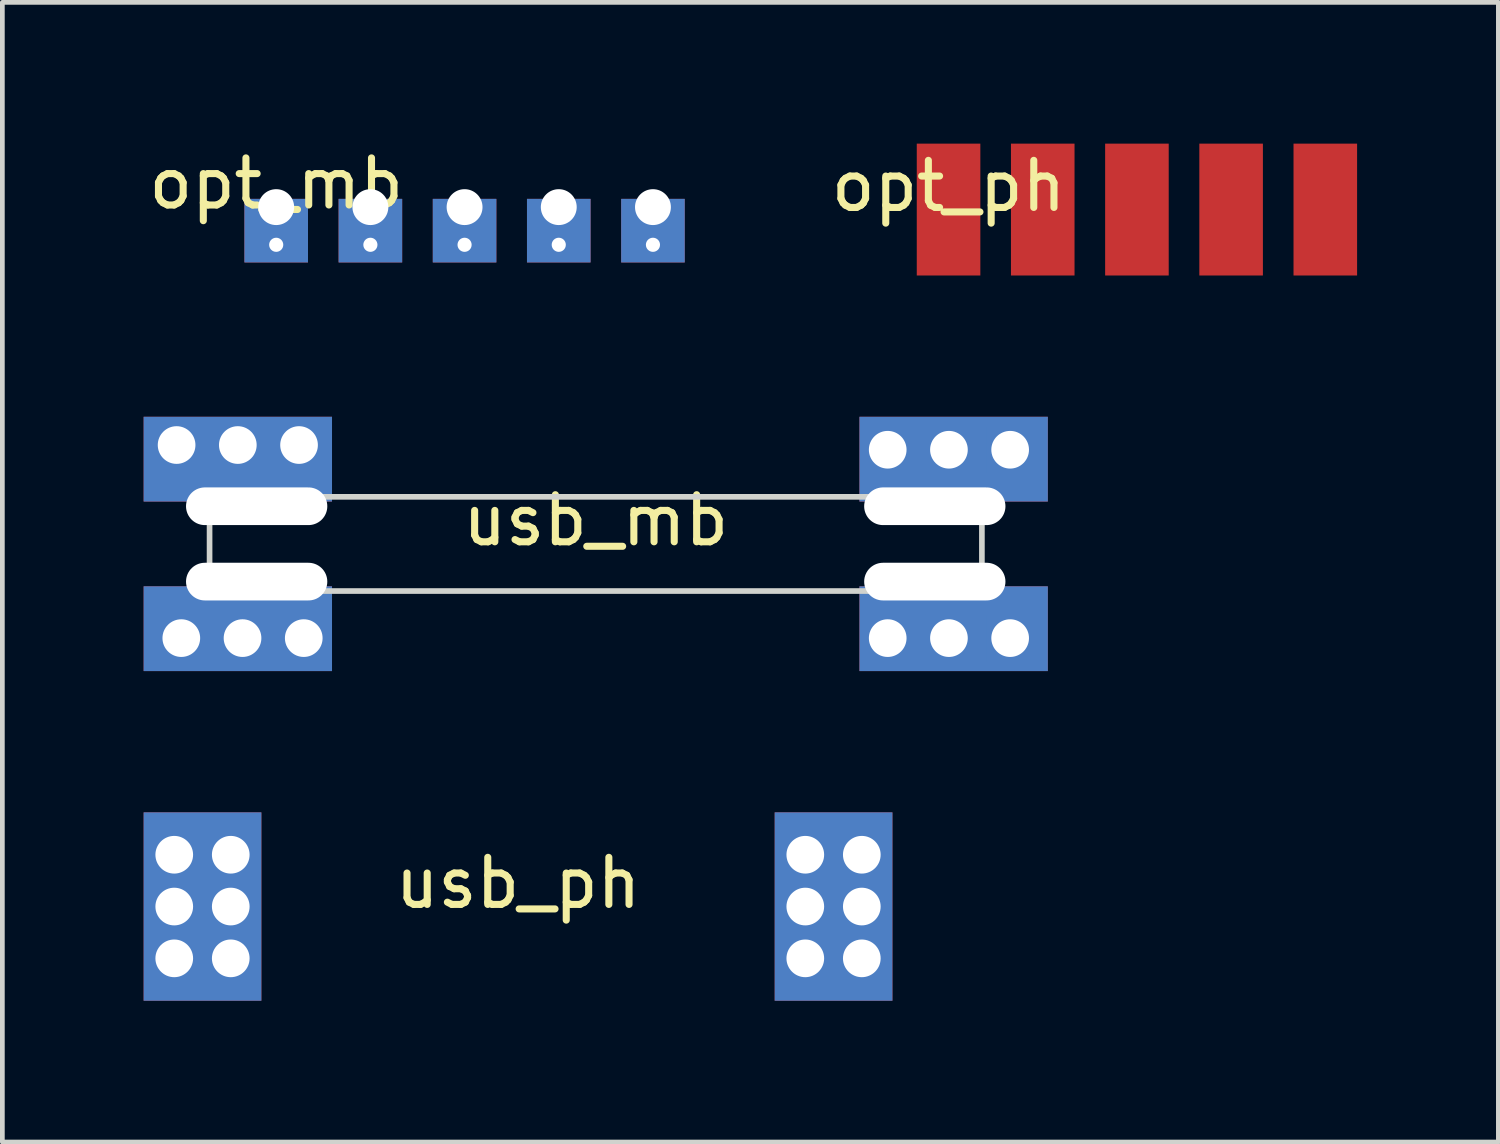
<source format=kicad_pcb>
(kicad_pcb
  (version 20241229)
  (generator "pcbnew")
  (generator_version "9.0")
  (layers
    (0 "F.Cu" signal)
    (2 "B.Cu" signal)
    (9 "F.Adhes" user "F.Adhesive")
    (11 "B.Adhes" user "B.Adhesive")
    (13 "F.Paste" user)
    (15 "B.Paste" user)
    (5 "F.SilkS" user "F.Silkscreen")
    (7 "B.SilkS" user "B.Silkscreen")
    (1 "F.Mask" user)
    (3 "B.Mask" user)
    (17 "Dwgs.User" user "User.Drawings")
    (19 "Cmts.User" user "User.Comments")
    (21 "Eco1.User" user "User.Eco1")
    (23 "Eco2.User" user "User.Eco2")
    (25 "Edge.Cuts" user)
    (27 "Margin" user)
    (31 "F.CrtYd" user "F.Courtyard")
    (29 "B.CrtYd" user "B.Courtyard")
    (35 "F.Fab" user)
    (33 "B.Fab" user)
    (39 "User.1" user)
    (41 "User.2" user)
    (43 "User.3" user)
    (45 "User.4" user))
  (footprint "opt_ph"
    (layer "F.Cu")
    (at 17.092 1.4)
    (property "Reference" "opt_ph" (at 0 -0.5 0) (unlocked yes) (layer "F.SilkS") (effects (font (size 1 1) (thickness 0.15))))
    (attr smd)
    (pad "1" smd rect (at 0 0) (size 1.35 2.8) (layers "F.Cu" "F.Mask"))
    (pad "2" smd rect (at 2 0) (size 1.35 2.8) (layers "F.Cu" "F.Mask"))
    (pad "3" smd rect (at 4 0) (size 1.35 2.8) (layers "F.Cu" "F.Mask"))
    (pad "4" smd rect (at 6 0) (size 1.35 2.8) (layers "F.Cu" "F.Mask"))
    (pad "5" smd rect (at 8 0) (size 1.35 2.8) (layers "F.Cu" "F.Mask")))
  (footprint "usb_ph"
    (layer "F.Cu")
    (at 7.95 16.2)
    (property "Reference" "usb_ph" (at 0 -0.5 0) (unlocked yes) (layer "F.SilkS") (effects (font (size 1 1) (thickness 0.15))))
    (attr smd)
    (pad "1" thru_hole rect (at -7.3 -1.1) (size 1.1 1) (drill 0.8) (layers "*.Cu" "*.Mask"))
    (pad "1" thru_hole rect (at -7.3 0) (size 1.1 1) (drill 0.8) (layers "*.Cu" "*.Mask"))
    (pad "1" thru_hole rect (at -7.3 1.1) (size 1.1 1) (drill 0.8) (layers "*.Cu" "*.Mask"))
    (pad "1" smd rect (at -6.7 0) (size 2.5 4) (layers "F.Cu" "F.Mask"))
    (pad "1" smd rect (at -6.7 0) (size 2.5 4) (layers "B.Cu" "B.Mask"))
    (pad "1" thru_hole rect (at -6.1 -1.1) (size 1.1 1) (drill 0.8) (layers "*.Cu" "*.Mask"))
    (pad "1" thru_hole rect (at -6.1 0) (size 1.1 1) (drill 0.8) (layers "*.Cu" "*.Mask"))
    (pad "1" thru_hole rect (at -6.1 1.1) (size 1.1 1) (drill 0.8) (layers "*.Cu" "*.Mask"))
    (pad "2" thru_hole rect (at 6.1 -1.1) (size 1.1 1) (drill 0.8) (layers "*.Cu" "*.Mask"))
    (pad "2" thru_hole rect (at 6.1 0) (size 1.1 1) (drill 0.8) (layers "*.Cu" "*.Mask"))
    (pad "2" thru_hole rect (at 6.1 1.1) (size 1.1 1) (drill 0.8) (layers "*.Cu" "*.Mask"))
    (pad "2" smd rect (at 6.7 0) (size 2.5 4) (layers "F.Cu" "F.Mask"))
    (pad "2" smd rect (at 6.7 0) (size 2.5 4) (layers "B.Cu" "B.Mask"))
    (pad "2" thru_hole rect (at 7.3 -1.1) (size 1.1 1) (drill 0.8) (layers "*.Cu" "*.Mask"))
    (pad "2" thru_hole rect (at 7.3 0) (size 1.1 1) (drill 0.8) (layers "*.Cu" "*.Mask"))
    (pad "2" thru_hole rect (at 7.3 1.1) (size 1.1 1) (drill 0.8) (layers "*.Cu" "*.Mask")))
  (footprint "opt_mb"
    (layer "F.Cu")
    (at 2.815 1.348)
    (property "Reference" "opt_mb" (at 0 -0.5 0) (unlocked yes) (layer "F.SilkS") (effects (font (size 1 1) (thickness 0.15))))
    (attr smd)
    (pad "1" thru_hole rect (at 0 0) (size 1.35 1.35) (drill 0.762 (offset 0 0.5)) (layers "*.Cu" "*.Mask"))
    (pad "1" thru_hole rect (at 0 0.8) (size 0.5 0.5) (drill 0.3) (layers "*.Cu" "*.Mask"))
    (pad "2" thru_hole rect (at 2 0) (size 1.35 1.35) (drill 0.762 (offset 0 0.5)) (layers "*.Cu" "*.Mask"))
    (pad "2" thru_hole rect (at 2 0.8) (size 0.5 0.5) (drill 0.3) (layers "*.Cu" "*.Mask"))
    (pad "3" thru_hole rect (at 4 0) (size 1.35 1.35) (drill 0.762 (offset 0 0.5)) (layers "*.Cu" "*.Mask"))
    (pad "3" thru_hole rect (at 4 0.8) (size 0.5 0.5) (drill 0.3) (layers "*.Cu" "*.Mask"))
    (pad "4" thru_hole rect (at 6 0) (size 1.35 1.35) (drill 0.762 (offset 0 0.5)) (layers "*.Cu" "*.Mask"))
    (pad "4" thru_hole rect (at 6 0.8) (size 0.5 0.5) (drill 0.3) (layers "*.Cu" "*.Mask"))
    (pad "5" thru_hole rect (at 8 0) (size 1.35 1.35) (drill 0.762 (offset 0 0.5)) (layers "*.Cu" "*.Mask"))
    (pad "5" thru_hole rect (at 8 0.8) (size 0.5 0.5) (drill 0.3) (layers "*.Cu" "*.Mask")))
  (footprint "usb_mb"
    (layer "F.Cu")
    (at 9.6 8.5)
    (property "Reference" "usb_mb" (at 0 -0.5 0) (unlocked yes) (layer "F.SilkS") (effects (font (size 1 1) (thickness 0.15))))
    (attr smd)
    (fp_rect (start -8.2 -1) (end 8.2 1) (stroke (width 0.12) (type solid)) (fill no) (layer "Edge.Cuts"))
    (pad "1" thru_hole rect (at -8.9 -2.1) (size 1 1) (drill 0.8) (layers "*.Cu" "*.Mask"))
    (pad "1" thru_hole rect (at -8.8 2 180) (size 1 1) (drill 0.8) (layers "*.Cu" "*.Mask"))
    (pad "1" thru_hole rect (at -7.6 -2.1) (size 1 1) (drill 0.8) (layers "*.Cu" "*.Mask"))
    (pad "1" thru_hole rect (at -7.5 2 180) (size 1 1) (drill 0.8) (layers "*.Cu" "*.Mask"))
    (pad "1" thru_hole rect (at -7.2 -0.8) (size 4 1.8) (drill oval 3 0.8 (offset -0.4 -1)) (layers "*.Cu" "*.Mask"))
    (pad "1" thru_hole rect (at -7.2 0.8 180) (size 4 1.8) (drill oval 3 0.8 (offset 0.4 -1)) (layers "*.Cu" "*.Mask"))
    (pad "1" thru_hole rect (at -6.3 -2.1) (size 1 1) (drill 0.8) (layers "*.Cu" "*.Mask"))
    (pad "1" thru_hole rect (at -6.2 2 180) (size 1 1) (drill 0.8) (layers "*.Cu" "*.Mask"))
    (pad "2" thru_hole rect (at 6.2 -2) (size 1 1) (drill 0.8) (layers "*.Cu" "*.Mask"))
    (pad "2" thru_hole rect (at 6.2 2 180) (size 1 1) (drill 0.8) (layers "*.Cu" "*.Mask"))
    (pad "2" thru_hole rect (at 7.2 -0.8) (size 4 1.8) (drill oval 3 0.8 (offset 0.4 -1)) (layers "*.Cu" "*.Mask"))
    (pad "2" thru_hole rect (at 7.2 0.8 180) (size 4 1.8) (drill oval 3 0.8 (offset -0.4 -1)) (layers "*.Cu" "*.Mask"))
    (pad "2" thru_hole rect (at 7.5 -2) (size 1 1) (drill 0.8) (layers "*.Cu" "*.Mask"))
    (pad "2" thru_hole rect (at 7.5 2 180) (size 1 1) (drill 0.8) (layers "*.Cu" "*.Mask"))
    (pad "2" thru_hole rect (at 8.8 -2) (size 1 1) (drill 0.8) (layers "*.Cu" "*.Mask"))
    (pad "2" thru_hole rect (at 8.8 2 180) (size 1 1) (drill 0.8) (layers "*.Cu" "*.Mask")))
  (gr_rect
    (start -3 -3)
    (end 28.767 21.2)
    (stroke (width 0.1) (type default))
    (fill no)
    (layer "Edge.Cuts")))
</source>
